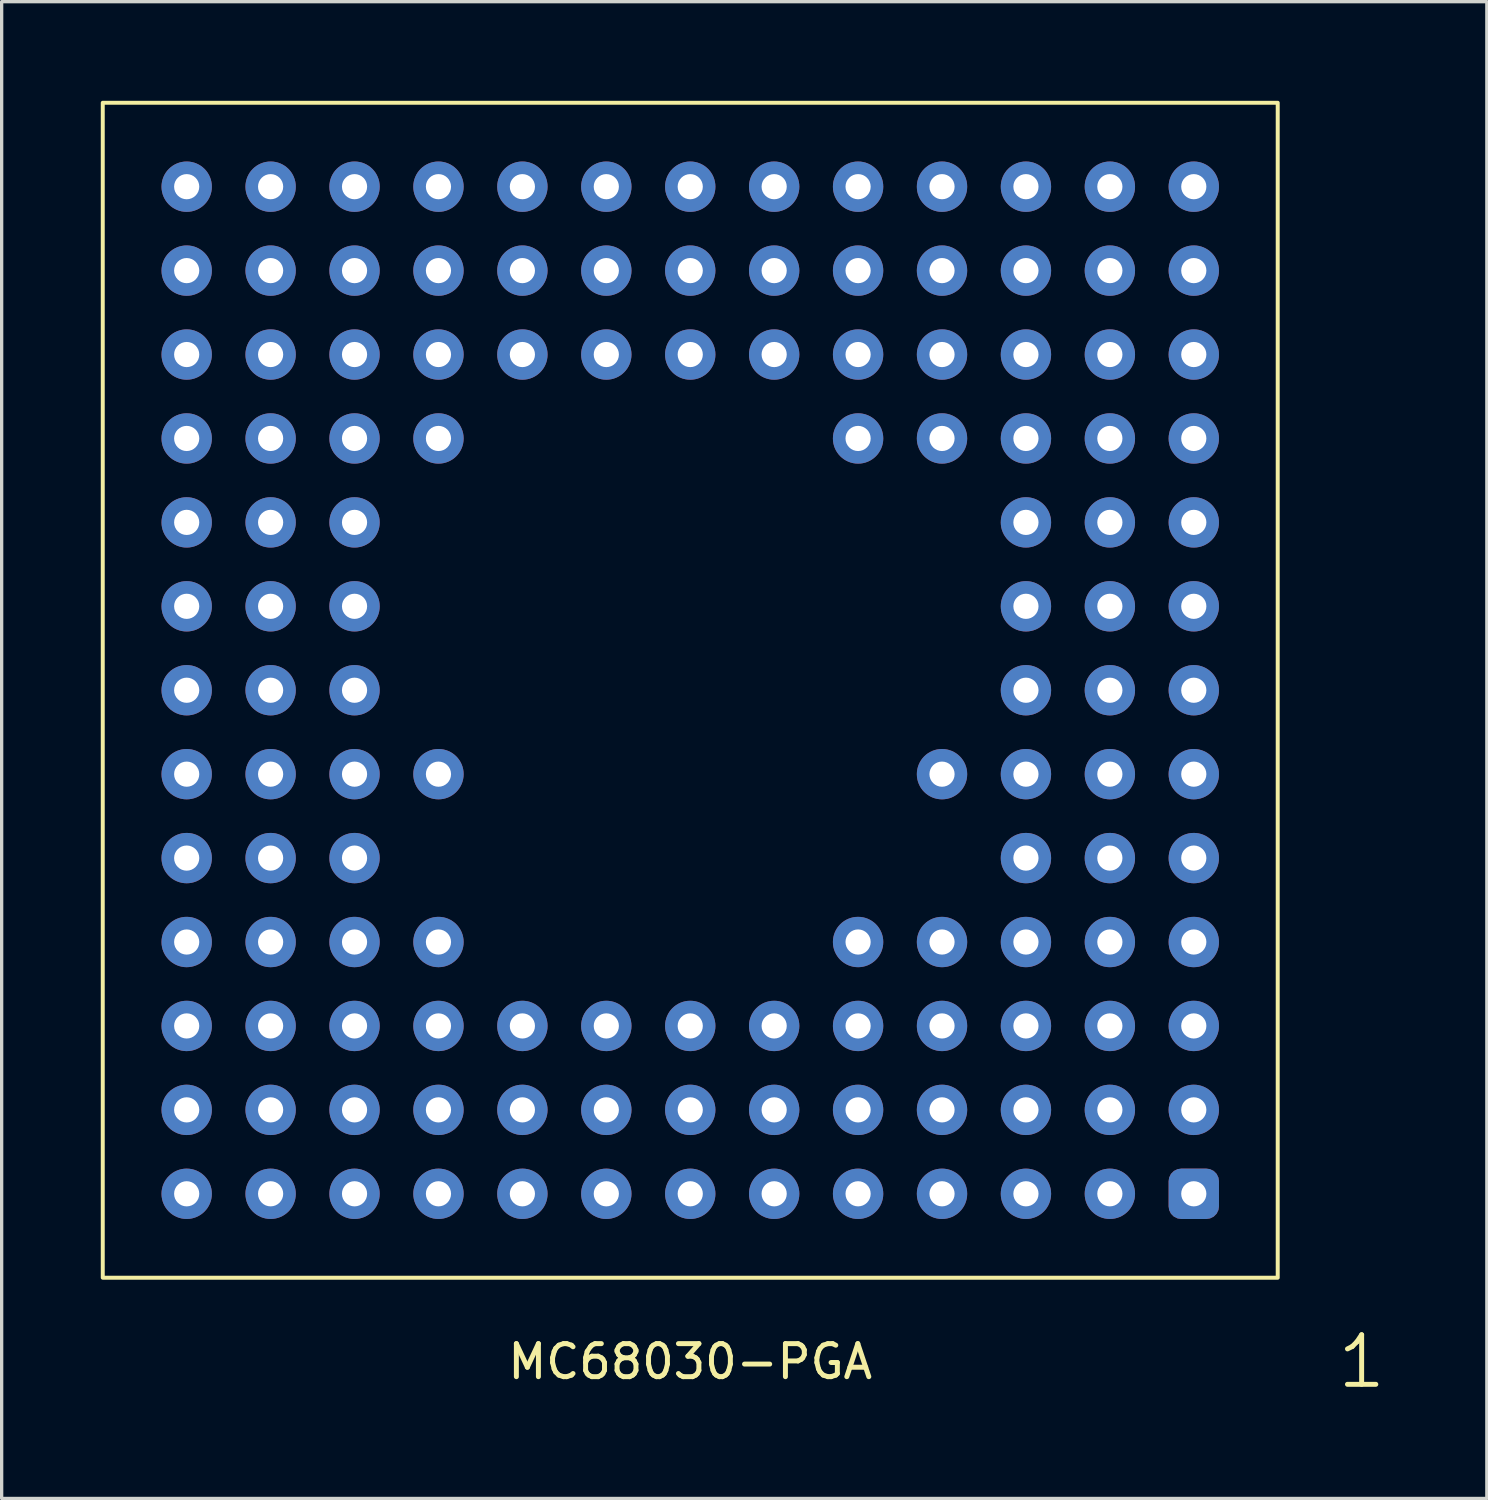
<source format=kicad_pcb>
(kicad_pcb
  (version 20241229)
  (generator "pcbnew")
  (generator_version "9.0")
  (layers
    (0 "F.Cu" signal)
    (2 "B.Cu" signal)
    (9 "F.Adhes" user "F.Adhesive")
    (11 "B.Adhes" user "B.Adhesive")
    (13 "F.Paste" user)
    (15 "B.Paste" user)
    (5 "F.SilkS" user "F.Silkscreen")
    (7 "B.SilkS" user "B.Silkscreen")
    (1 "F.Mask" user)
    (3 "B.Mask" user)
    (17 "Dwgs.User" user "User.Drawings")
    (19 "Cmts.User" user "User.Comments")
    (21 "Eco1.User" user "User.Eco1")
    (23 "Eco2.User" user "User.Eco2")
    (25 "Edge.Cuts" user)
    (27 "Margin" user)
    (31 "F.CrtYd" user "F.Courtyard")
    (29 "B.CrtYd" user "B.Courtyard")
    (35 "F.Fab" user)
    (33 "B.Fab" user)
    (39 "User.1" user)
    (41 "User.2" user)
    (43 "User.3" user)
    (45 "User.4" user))
  (footprint "MC68030-PGA"
    (layer "F.Cu")
    (at 17.84 17.84)
    (property "Reference" "MC68030-PGA" (at 0 20.32 0) (unlocked yes) (layer "F.SilkS") (effects (font (size 1 1) (thickness 0.15))))
    (attr through_hole)
    (fp_rect (start -17.78 -17.78) (end 17.78 17.78) (stroke (width 0.12) (type solid)) (fill no) (layer "F.SilkS"))
    (fp_text user "1" (at 20.32 20.32 0) (unlocked yes) (layer "F.SilkS") (effects (font (size 1.5 1.5) (thickness 0.15))))
    (pad "1" thru_hole roundrect (at 15.24 15.24) (size 1.524 1.524) (drill oval 0.762) (layers "*.Cu" "*.Mask") (roundrect_rratio 0.25))
    (pad "2" thru_hole circle (at 12.7 15.24) (size 1.524 1.524) (drill 0.762) (layers "*.Cu" "*.Mask"))
    (pad "3" thru_hole circle (at 10.16 15.24) (size 1.524 1.524) (drill 0.762) (layers "*.Cu" "*.Mask"))
    (pad "4" thru_hole circle (at 7.62 15.24) (size 1.524 1.524) (drill 0.762) (layers "*.Cu" "*.Mask"))
    (pad "5" thru_hole circle (at 5.08 15.24) (size 1.524 1.524) (drill 0.762) (layers "*.Cu" "*.Mask"))
    (pad "6" thru_hole circle (at 2.54 15.24) (size 1.524 1.524) (drill 0.762) (layers "*.Cu" "*.Mask"))
    (pad "7" thru_hole circle (at 0 15.24) (size 1.524 1.524) (drill 0.762) (layers "*.Cu" "*.Mask"))
    (pad "8" thru_hole circle (at -2.54 15.24) (size 1.524 1.524) (drill 0.762) (layers "*.Cu" "*.Mask"))
    (pad "9" thru_hole circle (at -5.08 15.24) (size 1.524 1.524) (drill 0.762) (layers "*.Cu" "*.Mask"))
    (pad "10" thru_hole circle (at -7.62 15.24) (size 1.524 1.524) (drill 0.762) (layers "*.Cu" "*.Mask"))
    (pad "11" thru_hole circle (at -10.16 15.24) (size 1.524 1.524) (drill 0.762) (layers "*.Cu" "*.Mask"))
    (pad "12" thru_hole circle (at -12.7 15.24) (size 1.524 1.524) (drill 0.762) (layers "*.Cu" "*.Mask"))
    (pad "13" thru_hole circle (at -15.24 15.24) (size 1.524 1.524) (drill 0.762) (layers "*.Cu" "*.Mask"))
    (pad "14" thru_hole circle (at 15.24 12.7) (size 1.524 1.524) (drill 0.762) (layers "*.Cu" "*.Mask"))
    (pad "15" thru_hole circle (at 12.7 12.7) (size 1.524 1.524) (drill 0.762) (layers "*.Cu" "*.Mask"))
    (pad "16" thru_hole circle (at 10.16 12.7) (size 1.524 1.524) (drill 0.762) (layers "*.Cu" "*.Mask"))
    (pad "17" thru_hole circle (at 7.62 12.7) (size 1.524 1.524) (drill 0.762) (layers "*.Cu" "*.Mask"))
    (pad "18" thru_hole circle (at 5.08 12.7) (size 1.524 1.524) (drill 0.762) (layers "*.Cu" "*.Mask"))
    (pad "19" thru_hole circle (at 2.54 12.7) (size 1.524 1.524) (drill 0.762) (layers "*.Cu" "*.Mask"))
    (pad "20" thru_hole circle (at 0 12.7) (size 1.524 1.524) (drill 0.762) (layers "*.Cu" "*.Mask"))
    (pad "21" thru_hole circle (at -2.54 12.7) (size 1.524 1.524) (drill 0.762) (layers "*.Cu" "*.Mask"))
    (pad "22" thru_hole circle (at -5.08 12.7) (size 1.524 1.524) (drill 0.762) (layers "*.Cu" "*.Mask"))
    (pad "23" thru_hole circle (at -7.62 12.7) (size 1.524 1.524) (drill 0.762) (layers "*.Cu" "*.Mask"))
    (pad "24" thru_hole circle (at -10.16 12.7) (size 1.524 1.524) (drill 0.762) (layers "*.Cu" "*.Mask"))
    (pad "25" thru_hole circle (at -12.7 12.7) (size 1.524 1.524) (drill 0.762) (layers "*.Cu" "*.Mask"))
    (pad "26" thru_hole circle (at -15.24 12.7) (size 1.524 1.524) (drill 0.762) (layers "*.Cu" "*.Mask"))
    (pad "27" thru_hole circle (at 15.24 10.16) (size 1.524 1.524) (drill 0.762) (layers "*.Cu" "*.Mask"))
    (pad "28" thru_hole circle (at 12.7 10.16) (size 1.524 1.524) (drill 0.762) (layers "*.Cu" "*.Mask"))
    (pad "29" thru_hole circle (at 10.16 10.16) (size 1.524 1.524) (drill 0.762) (layers "*.Cu" "*.Mask"))
    (pad "30" thru_hole circle (at 7.62 10.16) (size 1.524 1.524) (drill 0.762) (layers "*.Cu" "*.Mask"))
    (pad "31" thru_hole circle (at 5.08 10.16) (size 1.524 1.524) (drill 0.762) (layers "*.Cu" "*.Mask"))
    (pad "32" thru_hole circle (at 2.54 10.16) (size 1.524 1.524) (drill 0.762) (layers "*.Cu" "*.Mask"))
    (pad "33" thru_hole circle (at 0 10.16) (size 1.524 1.524) (drill 0.762) (layers "*.Cu" "*.Mask"))
    (pad "34" thru_hole circle (at -2.54 10.16) (size 1.524 1.524) (drill 0.762) (layers "*.Cu" "*.Mask"))
    (pad "35" thru_hole circle (at -5.08 10.16) (size 1.524 1.524) (drill 0.762) (layers "*.Cu" "*.Mask"))
    (pad "36" thru_hole circle (at -7.62 10.16) (size 1.524 1.524) (drill 0.762) (layers "*.Cu" "*.Mask"))
    (pad "37" thru_hole circle (at -10.16 10.16) (size 1.524 1.524) (drill 0.762) (layers "*.Cu" "*.Mask"))
    (pad "38" thru_hole circle (at -12.7 10.16) (size 1.524 1.524) (drill 0.762) (layers "*.Cu" "*.Mask"))
    (pad "39" thru_hole circle (at -15.24 10.16) (size 1.524 1.524) (drill 0.762) (layers "*.Cu" "*.Mask"))
    (pad "40" thru_hole circle (at 15.24 7.62) (size 1.524 1.524) (drill 0.762) (layers "*.Cu" "*.Mask"))
    (pad "41" thru_hole circle (at 12.7 7.62) (size 1.524 1.524) (drill 0.762) (layers "*.Cu" "*.Mask"))
    (pad "42" thru_hole circle (at 10.16 7.62) (size 1.524 1.524) (drill 0.762) (layers "*.Cu" "*.Mask"))
    (pad "43" thru_hole circle (at 7.62 7.62) (size 1.524 1.524) (drill 0.762) (layers "*.Cu" "*.Mask"))
    (pad "44" thru_hole circle (at 5.08 7.62) (size 1.524 1.524) (drill 0.762) (layers "*.Cu" "*.Mask"))
    (pad "45" thru_hole circle (at -7.62 7.62) (size 1.524 1.524) (drill 0.762) (layers "*.Cu" "*.Mask"))
    (pad "46" thru_hole circle (at -10.16 7.62) (size 1.524 1.524) (drill 0.762) (layers "*.Cu" "*.Mask"))
    (pad "47" thru_hole circle (at -12.7 7.62) (size 1.524 1.524) (drill 0.762) (layers "*.Cu" "*.Mask"))
    (pad "48" thru_hole circle (at -15.24 7.62) (size 1.524 1.524) (drill 0.762) (layers "*.Cu" "*.Mask"))
    (pad "49" thru_hole circle (at 15.24 5.08) (size 1.524 1.524) (drill 0.762) (layers "*.Cu" "*.Mask"))
    (pad "50" thru_hole circle (at 12.7 5.08) (size 1.524 1.524) (drill 0.762) (layers "*.Cu" "*.Mask"))
    (pad "51" thru_hole circle (at 10.16 5.08) (size 1.524 1.524) (drill 0.762) (layers "*.Cu" "*.Mask"))
    (pad "52" thru_hole circle (at -10.16 5.08) (size 1.524 1.524) (drill 0.762) (layers "*.Cu" "*.Mask"))
    (pad "53" thru_hole circle (at -12.7 5.08) (size 1.524 1.524) (drill 0.762) (layers "*.Cu" "*.Mask"))
    (pad "54" thru_hole circle (at -15.24 5.08) (size 1.524 1.524) (drill 0.762) (layers "*.Cu" "*.Mask"))
    (pad "55" thru_hole circle (at 15.24 2.54) (size 1.524 1.524) (drill 0.762) (layers "*.Cu" "*.Mask"))
    (pad "56" thru_hole circle (at 12.7 2.54) (size 1.524 1.524) (drill 0.762) (layers "*.Cu" "*.Mask"))
    (pad "57" thru_hole circle (at 10.16 2.54) (size 1.524 1.524) (drill 0.762) (layers "*.Cu" "*.Mask"))
    (pad "58" thru_hole circle (at 7.62 2.54) (size 1.524 1.524) (drill 0.762) (layers "*.Cu" "*.Mask"))
    (pad "59" thru_hole circle (at -7.62 2.54) (size 1.524 1.524) (drill 0.762) (layers "*.Cu" "*.Mask"))
    (pad "60" thru_hole circle (at -10.16 2.54) (size 1.524 1.524) (drill 0.762) (layers "*.Cu" "*.Mask"))
    (pad "61" thru_hole circle (at -12.7 2.54) (size 1.524 1.524) (drill 0.762) (layers "*.Cu" "*.Mask"))
    (pad "62" thru_hole circle (at -15.24 2.54) (size 1.524 1.524) (drill 0.762) (layers "*.Cu" "*.Mask"))
    (pad "63" thru_hole circle (at 15.24 0) (size 1.524 1.524) (drill 0.762) (layers "*.Cu" "*.Mask"))
    (pad "64" thru_hole circle (at 12.7 0) (size 1.524 1.524) (drill 0.762) (layers "*.Cu" "*.Mask"))
    (pad "65" thru_hole circle (at 10.16 0) (size 1.524 1.524) (drill 0.762) (layers "*.Cu" "*.Mask"))
    (pad "66" thru_hole circle (at -10.16 0) (size 1.524 1.524) (drill 0.762) (layers "*.Cu" "*.Mask"))
    (pad "67" thru_hole circle (at -12.7 0) (size 1.524 1.524) (drill 0.762) (layers "*.Cu" "*.Mask"))
    (pad "68" thru_hole circle (at -15.24 0) (size 1.524 1.524) (drill 0.762) (layers "*.Cu" "*.Mask"))
    (pad "69" thru_hole circle (at 15.24 -2.54) (size 1.524 1.524) (drill 0.762) (layers "*.Cu" "*.Mask"))
    (pad "70" thru_hole circle (at 12.7 -2.54) (size 1.524 1.524) (drill 0.762) (layers "*.Cu" "*.Mask"))
    (pad "71" thru_hole circle (at 10.16 -2.54) (size 1.524 1.524) (drill 0.762) (layers "*.Cu" "*.Mask"))
    (pad "72" thru_hole circle (at -10.16 -2.54) (size 1.524 1.524) (drill 0.762) (layers "*.Cu" "*.Mask"))
    (pad "73" thru_hole circle (at -12.7 -2.54) (size 1.524 1.524) (drill 0.762) (layers "*.Cu" "*.Mask"))
    (pad "74" thru_hole circle (at -15.24 -2.54) (size 1.524 1.524) (drill 0.762) (layers "*.Cu" "*.Mask"))
    (pad "75" thru_hole circle (at 15.24 -5.08) (size 1.524 1.524) (drill 0.762) (layers "*.Cu" "*.Mask"))
    (pad "76" thru_hole circle (at 12.7 -5.08) (size 1.524 1.524) (drill 0.762) (layers "*.Cu" "*.Mask"))
    (pad "77" thru_hole circle (at 10.16 -5.08) (size 1.524 1.524) (drill 0.762) (layers "*.Cu" "*.Mask"))
    (pad "78" thru_hole circle (at -10.16 -5.08) (size 1.524 1.524) (drill 0.762) (layers "*.Cu" "*.Mask"))
    (pad "79" thru_hole circle (at -12.7 -5.08) (size 1.524 1.524) (drill 0.762) (layers "*.Cu" "*.Mask"))
    (pad "80" thru_hole circle (at -15.24 -5.08) (size 1.524 1.524) (drill 0.762) (layers "*.Cu" "*.Mask"))
    (pad "81" thru_hole circle (at 15.24 -7.62) (size 1.524 1.524) (drill 0.762) (layers "*.Cu" "*.Mask"))
    (pad "82" thru_hole circle (at 12.7 -7.62) (size 1.524 1.524) (drill 0.762) (layers "*.Cu" "*.Mask"))
    (pad "83" thru_hole circle (at 10.16 -7.62) (size 1.524 1.524) (drill 0.762) (layers "*.Cu" "*.Mask"))
    (pad "84" thru_hole circle (at 7.62 -7.62) (size 1.524 1.524) (drill 0.762) (layers "*.Cu" "*.Mask"))
    (pad "85" thru_hole circle (at 5.08 -7.62) (size 1.524 1.524) (drill 0.762) (layers "*.Cu" "*.Mask"))
    (pad "86" thru_hole circle (at -7.62 -7.62) (size 1.524 1.524) (drill 0.762) (layers "*.Cu" "*.Mask"))
    (pad "87" thru_hole circle (at -10.16 -7.62) (size 1.524 1.524) (drill 0.762) (layers "*.Cu" "*.Mask"))
    (pad "88" thru_hole circle (at -12.7 -7.62) (size 1.524 1.524) (drill 0.762) (layers "*.Cu" "*.Mask"))
    (pad "89" thru_hole circle (at -15.24 -7.62) (size 1.524 1.524) (drill 0.762) (layers "*.Cu" "*.Mask"))
    (pad "90" thru_hole circle (at 15.24 -10.16) (size 1.524 1.524) (drill 0.762) (layers "*.Cu" "*.Mask"))
    (pad "91" thru_hole circle (at 12.7 -10.16) (size 1.524 1.524) (drill 0.762) (layers "*.Cu" "*.Mask"))
    (pad "92" thru_hole circle (at 10.16 -10.16) (size 1.524 1.524) (drill 0.762) (layers "*.Cu" "*.Mask"))
    (pad "93" thru_hole circle (at 7.62 -10.16) (size 1.524 1.524) (drill 0.762) (layers "*.Cu" "*.Mask"))
    (pad "94" thru_hole circle (at 5.08 -10.16) (size 1.524 1.524) (drill 0.762) (layers "*.Cu" "*.Mask"))
    (pad "95" thru_hole circle (at 2.54 -10.16) (size 1.524 1.524) (drill 0.762) (layers "*.Cu" "*.Mask"))
    (pad "96" thru_hole circle (at 0 -10.16) (size 1.524 1.524) (drill 0.762) (layers "*.Cu" "*.Mask"))
    (pad "97" thru_hole circle (at -2.54 -10.16) (size 1.524 1.524) (drill 0.762) (layers "*.Cu" "*.Mask"))
    (pad "98" thru_hole circle (at -5.08 -10.16) (size 1.524 1.524) (drill 0.762) (layers "*.Cu" "*.Mask"))
    (pad "99" thru_hole circle (at -7.62 -10.16) (size 1.524 1.524) (drill 0.762) (layers "*.Cu" "*.Mask"))
    (pad "100" thru_hole circle (at -10.16 -10.16) (size 1.524 1.524) (drill 0.762) (layers "*.Cu" "*.Mask"))
    (pad "101" thru_hole circle (at -12.7 -10.16) (size 1.524 1.524) (drill 0.762) (layers "*.Cu" "*.Mask"))
    (pad "102" thru_hole circle (at -15.24 -10.16) (size 1.524 1.524) (drill 0.762) (layers "*.Cu" "*.Mask"))
    (pad "103" thru_hole circle (at 15.24 -12.7) (size 1.524 1.524) (drill 0.762) (layers "*.Cu" "*.Mask"))
    (pad "104" thru_hole circle (at 12.7 -12.7) (size 1.524 1.524) (drill 0.762) (layers "*.Cu" "*.Mask"))
    (pad "105" thru_hole circle (at 10.16 -12.7) (size 1.524 1.524) (drill 0.762) (layers "*.Cu" "*.Mask"))
    (pad "106" thru_hole circle (at 7.62 -12.7) (size 1.524 1.524) (drill 0.762) (layers "*.Cu" "*.Mask"))
    (pad "107" thru_hole circle (at 5.08 -12.7) (size 1.524 1.524) (drill 0.762) (layers "*.Cu" "*.Mask"))
    (pad "108" thru_hole circle (at 2.54 -12.7) (size 1.524 1.524) (drill 0.762) (layers "*.Cu" "*.Mask"))
    (pad "109" thru_hole circle (at 0 -12.7) (size 1.524 1.524) (drill 0.762) (layers "*.Cu" "*.Mask"))
    (pad "110" thru_hole circle (at -2.54 -12.7) (size 1.524 1.524) (drill 0.762) (layers "*.Cu" "*.Mask"))
    (pad "111" thru_hole circle (at -5.08 -12.7) (size 1.524 1.524) (drill 0.762) (layers "*.Cu" "*.Mask"))
    (pad "112" thru_hole circle (at -7.62 -12.7) (size 1.524 1.524) (drill 0.762) (layers "*.Cu" "*.Mask"))
    (pad "113" thru_hole circle (at -10.16 -12.7) (size 1.524 1.524) (drill 0.762) (layers "*.Cu" "*.Mask"))
    (pad "114" thru_hole circle (at -12.7 -12.7) (size 1.524 1.524) (drill 0.762) (layers "*.Cu" "*.Mask"))
    (pad "115" thru_hole circle (at -15.24 -12.7) (size 1.524 1.524) (drill 0.762) (layers "*.Cu" "*.Mask"))
    (pad "116" thru_hole circle (at 15.24 -15.24) (size 1.524 1.524) (drill 0.762) (layers "*.Cu" "*.Mask"))
    (pad "117" thru_hole circle (at 12.7 -15.24) (size 1.524 1.524) (drill 0.762) (layers "*.Cu" "*.Mask"))
    (pad "118" thru_hole circle (at 10.16 -15.24) (size 1.524 1.524) (drill 0.762) (layers "*.Cu" "*.Mask"))
    (pad "119" thru_hole circle (at 7.62 -15.24) (size 1.524 1.524) (drill 0.762) (layers "*.Cu" "*.Mask"))
    (pad "120" thru_hole circle (at 5.08 -15.24) (size 1.524 1.524) (drill 0.762) (layers "*.Cu" "*.Mask"))
    (pad "121" thru_hole circle (at 2.54 -15.24) (size 1.524 1.524) (drill 0.762) (layers "*.Cu" "*.Mask"))
    (pad "122" thru_hole circle (at 0 -15.24) (size 1.524 1.524) (drill 0.762) (layers "*.Cu" "*.Mask"))
    (pad "123" thru_hole circle (at -2.54 -15.24) (size 1.524 1.524) (drill 0.762) (layers "*.Cu" "*.Mask"))
    (pad "124" thru_hole circle (at -5.08 -15.24) (size 1.524 1.524) (drill 0.762) (layers "*.Cu" "*.Mask"))
    (pad "125" thru_hole circle (at -7.62 -15.24) (size 1.524 1.524) (drill 0.762) (layers "*.Cu" "*.Mask"))
    (pad "126" thru_hole circle (at -10.16 -15.24) (size 1.524 1.524) (drill 0.762) (layers "*.Cu" "*.Mask"))
    (pad "127" thru_hole circle (at -12.7 -15.24) (size 1.524 1.524) (drill 0.762) (layers "*.Cu" "*.Mask"))
    (pad "128" thru_hole circle (at -15.24 -15.24) (size 1.524 1.524) (drill 0.762) (layers "*.Cu" "*.Mask")))
  (gr_rect
    (start -3 -3)
    (end 41.949 42.301)
    (stroke (width 0.1) (type default))
    (fill no)
    (layer "Edge.Cuts")))
</source>
